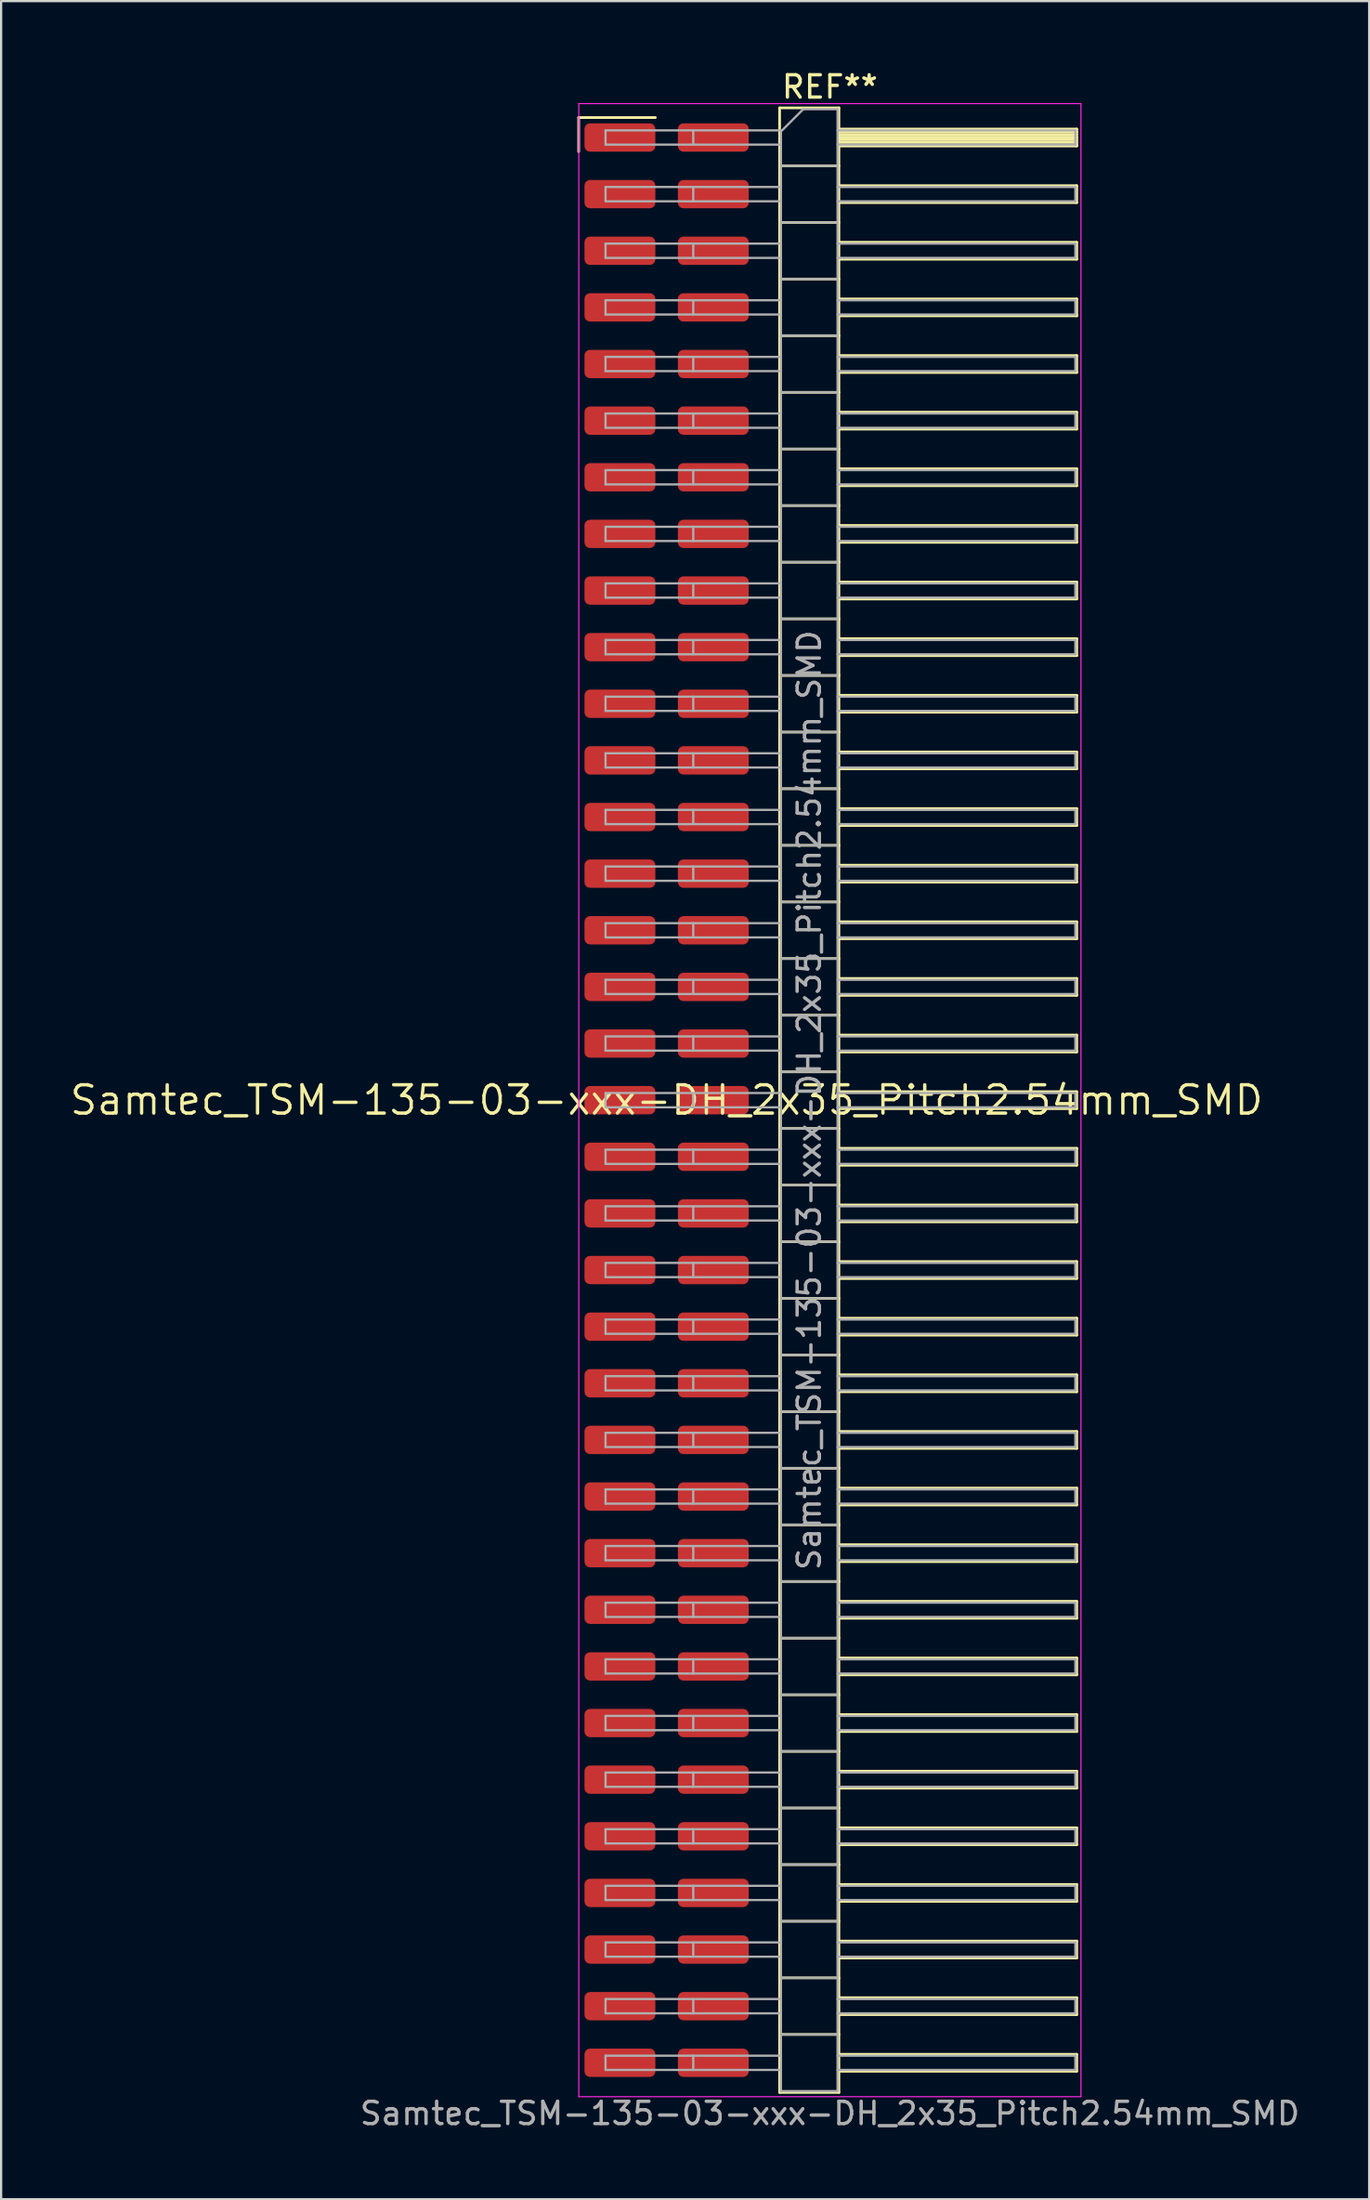
<source format=kicad_pcb>
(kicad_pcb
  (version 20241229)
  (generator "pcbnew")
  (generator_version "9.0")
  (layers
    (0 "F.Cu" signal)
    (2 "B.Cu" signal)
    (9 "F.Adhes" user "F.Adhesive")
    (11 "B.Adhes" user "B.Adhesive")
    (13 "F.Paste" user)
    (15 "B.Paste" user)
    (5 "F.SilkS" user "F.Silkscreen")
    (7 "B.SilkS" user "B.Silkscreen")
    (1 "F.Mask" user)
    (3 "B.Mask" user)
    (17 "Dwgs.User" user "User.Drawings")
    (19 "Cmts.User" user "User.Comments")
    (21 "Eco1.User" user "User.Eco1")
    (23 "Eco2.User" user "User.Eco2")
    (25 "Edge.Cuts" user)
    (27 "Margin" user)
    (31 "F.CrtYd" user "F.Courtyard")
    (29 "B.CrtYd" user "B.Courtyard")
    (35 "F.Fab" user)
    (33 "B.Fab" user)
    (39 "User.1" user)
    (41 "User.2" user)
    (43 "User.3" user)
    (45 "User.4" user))
  (footprint "Samtec_TSM-135-03-xxx-DH_2x35_Pitch2.54mm_SMD"
    (layer "F.Cu")
    (at 26.859 46.298)
    (property "Reference" "Samtec_TSM-135-03-xxx-DH_2x35_Pitch2.54mm_SMD" (at 0 0 0) (layer "F.SilkS") (effects (font (size 1.27 1.27) (thickness 0.15))))
    (attr smd)
    (fp_line (start -3.945 -44.075) (end -0.505 -44.075) (stroke (width 0.12) (type solid)) (layer "F.SilkS"))
    (fp_line (start -3.945 -42.545) (end -3.945 -44.075) (stroke (width 0.12) (type solid)) (layer "F.SilkS"))
    (fp_line (start 5.07 -44.51) (end 7.73 -44.51) (stroke (width 0.12) (type solid)) (layer "F.SilkS"))
    (fp_line (start 5.07 -41.91) (end 7.73 -41.91) (stroke (width 0.12) (type solid)) (layer "F.SilkS"))
    (fp_line (start 5.07 -39.37) (end 7.73 -39.37) (stroke (width 0.12) (type solid)) (layer "F.SilkS"))
    (fp_line (start 5.07 -36.83) (end 7.73 -36.83) (stroke (width 0.12) (type solid)) (layer "F.SilkS"))
    (fp_line (start 5.07 -34.29) (end 7.73 -34.29) (stroke (width 0.12) (type solid)) (layer "F.SilkS"))
    (fp_line (start 5.07 -31.75) (end 7.73 -31.75) (stroke (width 0.12) (type solid)) (layer "F.SilkS"))
    (fp_line (start 5.07 -29.21) (end 7.73 -29.21) (stroke (width 0.12) (type solid)) (layer "F.SilkS"))
    (fp_line (start 5.07 -26.67) (end 7.73 -26.67) (stroke (width 0.12) (type solid)) (layer "F.SilkS"))
    (fp_line (start 5.07 -24.13) (end 7.73 -24.13) (stroke (width 0.12) (type solid)) (layer "F.SilkS"))
    (fp_line (start 5.07 -21.59) (end 7.73 -21.59) (stroke (width 0.12) (type solid)) (layer "F.SilkS"))
    (fp_line (start 5.07 -19.05) (end 7.73 -19.05) (stroke (width 0.12) (type solid)) (layer "F.SilkS"))
    (fp_line (start 5.07 -16.51) (end 7.73 -16.51) (stroke (width 0.12) (type solid)) (layer "F.SilkS"))
    (fp_line (start 5.07 -13.97) (end 7.73 -13.97) (stroke (width 0.12) (type solid)) (layer "F.SilkS"))
    (fp_line (start 5.07 -11.43) (end 7.73 -11.43) (stroke (width 0.12) (type solid)) (layer "F.SilkS"))
    (fp_line (start 5.07 -8.89) (end 7.73 -8.89) (stroke (width 0.12) (type solid)) (layer "F.SilkS"))
    (fp_line (start 5.07 -6.35) (end 7.73 -6.35) (stroke (width 0.12) (type solid)) (layer "F.SilkS"))
    (fp_line (start 5.07 -3.81) (end 7.73 -3.81) (stroke (width 0.12) (type solid)) (layer "F.SilkS"))
    (fp_line (start 5.07 -1.27) (end 7.73 -1.27) (stroke (width 0.12) (type solid)) (layer "F.SilkS"))
    (fp_line (start 5.07 1.27) (end 7.73 1.27) (stroke (width 0.12) (type solid)) (layer "F.SilkS"))
    (fp_line (start 5.07 3.81) (end 7.73 3.81) (stroke (width 0.12) (type solid)) (layer "F.SilkS"))
    (fp_line (start 5.07 6.35) (end 7.73 6.35) (stroke (width 0.12) (type solid)) (layer "F.SilkS"))
    (fp_line (start 5.07 8.89) (end 7.73 8.89) (stroke (width 0.12) (type solid)) (layer "F.SilkS"))
    (fp_line (start 5.07 11.43) (end 7.73 11.43) (stroke (width 0.12) (type solid)) (layer "F.SilkS"))
    (fp_line (start 5.07 13.97) (end 7.73 13.97) (stroke (width 0.12) (type solid)) (layer "F.SilkS"))
    (fp_line (start 5.07 16.51) (end 7.73 16.51) (stroke (width 0.12) (type solid)) (layer "F.SilkS"))
    (fp_line (start 5.07 19.05) (end 7.73 19.05) (stroke (width 0.12) (type solid)) (layer "F.SilkS"))
    (fp_line (start 5.07 21.59) (end 7.73 21.59) (stroke (width 0.12) (type solid)) (layer "F.SilkS"))
    (fp_line (start 5.07 24.13) (end 7.73 24.13) (stroke (width 0.12) (type solid)) (layer "F.SilkS"))
    (fp_line (start 5.07 26.67) (end 7.73 26.67) (stroke (width 0.12) (type solid)) (layer "F.SilkS"))
    (fp_line (start 5.07 29.21) (end 7.73 29.21) (stroke (width 0.12) (type solid)) (layer "F.SilkS"))
    (fp_line (start 5.07 31.75) (end 7.73 31.75) (stroke (width 0.12) (type solid)) (layer "F.SilkS"))
    (fp_line (start 5.07 34.29) (end 7.73 34.29) (stroke (width 0.12) (type solid)) (layer "F.SilkS"))
    (fp_line (start 5.07 36.83) (end 7.73 36.83) (stroke (width 0.12) (type solid)) (layer "F.SilkS"))
    (fp_line (start 5.07 39.37) (end 7.73 39.37) (stroke (width 0.12) (type solid)) (layer "F.SilkS"))
    (fp_line (start 5.07 41.91) (end 7.73 41.91) (stroke (width 0.12) (type solid)) (layer "F.SilkS"))
    (fp_line (start 5.07 44.51) (end 5.07 -44.51) (stroke (width 0.12) (type solid)) (layer "F.SilkS"))
    (fp_line (start 7.73 -44.51) (end 7.73 44.51) (stroke (width 0.12) (type solid)) (layer "F.SilkS"))
    (fp_line (start 7.73 -43.56) (end 18.4 -43.56) (stroke (width 0.12) (type solid)) (layer "F.SilkS"))
    (fp_line (start 7.73 -43.44) (end 18.4 -43.44) (stroke (width 0.12) (type solid)) (layer "F.SilkS"))
    (fp_line (start 7.73 -43.32) (end 18.4 -43.32) (stroke (width 0.12) (type solid)) (layer "F.SilkS"))
    (fp_line (start 7.73 -43.2) (end 18.4 -43.2) (stroke (width 0.12) (type solid)) (layer "F.SilkS"))
    (fp_line (start 7.73 -43.08) (end 18.4 -43.08) (stroke (width 0.12) (type solid)) (layer "F.SilkS"))
    (fp_line (start 7.73 -42.96) (end 18.4 -42.96) (stroke (width 0.12) (type solid)) (layer "F.SilkS"))
    (fp_line (start 7.73 -42.84) (end 18.4 -42.84) (stroke (width 0.12) (type solid)) (layer "F.SilkS"))
    (fp_line (start 7.73 -42.8) (end 18.4 -42.8) (stroke (width 0.12) (type solid)) (layer "F.SilkS"))
    (fp_line (start 7.73 -41.02) (end 18.4 -41.02) (stroke (width 0.12) (type solid)) (layer "F.SilkS"))
    (fp_line (start 7.73 -40.26) (end 18.4 -40.26) (stroke (width 0.12) (type solid)) (layer "F.SilkS"))
    (fp_line (start 7.73 -38.48) (end 18.4 -38.48) (stroke (width 0.12) (type solid)) (layer "F.SilkS"))
    (fp_line (start 7.73 -37.72) (end 18.4 -37.72) (stroke (width 0.12) (type solid)) (layer "F.SilkS"))
    (fp_line (start 7.73 -35.94) (end 18.4 -35.94) (stroke (width 0.12) (type solid)) (layer "F.SilkS"))
    (fp_line (start 7.73 -35.18) (end 18.4 -35.18) (stroke (width 0.12) (type solid)) (layer "F.SilkS"))
    (fp_line (start 7.73 -33.4) (end 18.4 -33.4) (stroke (width 0.12) (type solid)) (layer "F.SilkS"))
    (fp_line (start 7.73 -32.64) (end 18.4 -32.64) (stroke (width 0.12) (type solid)) (layer "F.SilkS"))
    (fp_line (start 7.73 -30.86) (end 18.4 -30.86) (stroke (width 0.12) (type solid)) (layer "F.SilkS"))
    (fp_line (start 7.73 -30.1) (end 18.4 -30.1) (stroke (width 0.12) (type solid)) (layer "F.SilkS"))
    (fp_line (start 7.73 -28.32) (end 18.4 -28.32) (stroke (width 0.12) (type solid)) (layer "F.SilkS"))
    (fp_line (start 7.73 -27.56) (end 18.4 -27.56) (stroke (width 0.12) (type solid)) (layer "F.SilkS"))
    (fp_line (start 7.73 -25.78) (end 18.4 -25.78) (stroke (width 0.12) (type solid)) (layer "F.SilkS"))
    (fp_line (start 7.73 -25.02) (end 18.4 -25.02) (stroke (width 0.12) (type solid)) (layer "F.SilkS"))
    (fp_line (start 7.73 -23.24) (end 18.4 -23.24) (stroke (width 0.12) (type solid)) (layer "F.SilkS"))
    (fp_line (start 7.73 -22.48) (end 18.4 -22.48) (stroke (width 0.12) (type solid)) (layer "F.SilkS"))
    (fp_line (start 7.73 -20.7) (end 18.4 -20.7) (stroke (width 0.12) (type solid)) (layer "F.SilkS"))
    (fp_line (start 7.73 -19.94) (end 18.4 -19.94) (stroke (width 0.12) (type solid)) (layer "F.SilkS"))
    (fp_line (start 7.73 -18.16) (end 18.4 -18.16) (stroke (width 0.12) (type solid)) (layer "F.SilkS"))
    (fp_line (start 7.73 -17.4) (end 18.4 -17.4) (stroke (width 0.12) (type solid)) (layer "F.SilkS"))
    (fp_line (start 7.73 -15.62) (end 18.4 -15.62) (stroke (width 0.12) (type solid)) (layer "F.SilkS"))
    (fp_line (start 7.73 -14.86) (end 18.4 -14.86) (stroke (width 0.12) (type solid)) (layer "F.SilkS"))
    (fp_line (start 7.73 -13.08) (end 18.4 -13.08) (stroke (width 0.12) (type solid)) (layer "F.SilkS"))
    (fp_line (start 7.73 -12.32) (end 18.4 -12.32) (stroke (width 0.12) (type solid)) (layer "F.SilkS"))
    (fp_line (start 7.73 -10.54) (end 18.4 -10.54) (stroke (width 0.12) (type solid)) (layer "F.SilkS"))
    (fp_line (start 7.73 -9.78) (end 18.4 -9.78) (stroke (width 0.12) (type solid)) (layer "F.SilkS"))
    (fp_line (start 7.73 -8) (end 18.4 -8) (stroke (width 0.12) (type solid)) (layer "F.SilkS"))
    (fp_line (start 7.73 -7.24) (end 18.4 -7.24) (stroke (width 0.12) (type solid)) (layer "F.SilkS"))
    (fp_line (start 7.73 -5.46) (end 18.4 -5.46) (stroke (width 0.12) (type solid)) (layer "F.SilkS"))
    (fp_line (start 7.73 -4.7) (end 18.4 -4.7) (stroke (width 0.12) (type solid)) (layer "F.SilkS"))
    (fp_line (start 7.73 -2.92) (end 18.4 -2.92) (stroke (width 0.12) (type solid)) (layer "F.SilkS"))
    (fp_line (start 7.73 -2.16) (end 18.4 -2.16) (stroke (width 0.12) (type solid)) (layer "F.SilkS"))
    (fp_line (start 7.73 -0.38) (end 18.4 -0.38) (stroke (width 0.12) (type solid)) (layer "F.SilkS"))
    (fp_line (start 7.73 0.38) (end 18.4 0.38) (stroke (width 0.12) (type solid)) (layer "F.SilkS"))
    (fp_line (start 7.73 2.16) (end 18.4 2.16) (stroke (width 0.12) (type solid)) (layer "F.SilkS"))
    (fp_line (start 7.73 2.92) (end 18.4 2.92) (stroke (width 0.12) (type solid)) (layer "F.SilkS"))
    (fp_line (start 7.73 4.7) (end 18.4 4.7) (stroke (width 0.12) (type solid)) (layer "F.SilkS"))
    (fp_line (start 7.73 5.46) (end 18.4 5.46) (stroke (width 0.12) (type solid)) (layer "F.SilkS"))
    (fp_line (start 7.73 7.24) (end 18.4 7.24) (stroke (width 0.12) (type solid)) (layer "F.SilkS"))
    (fp_line (start 7.73 8) (end 18.4 8) (stroke (width 0.12) (type solid)) (layer "F.SilkS"))
    (fp_line (start 7.73 9.78) (end 18.4 9.78) (stroke (width 0.12) (type solid)) (layer "F.SilkS"))
    (fp_line (start 7.73 10.54) (end 18.4 10.54) (stroke (width 0.12) (type solid)) (layer "F.SilkS"))
    (fp_line (start 7.73 12.32) (end 18.4 12.32) (stroke (width 0.12) (type solid)) (layer "F.SilkS"))
    (fp_line (start 7.73 13.08) (end 18.4 13.08) (stroke (width 0.12) (type solid)) (layer "F.SilkS"))
    (fp_line (start 7.73 14.86) (end 18.4 14.86) (stroke (width 0.12) (type solid)) (layer "F.SilkS"))
    (fp_line (start 7.73 15.62) (end 18.4 15.62) (stroke (width 0.12) (type solid)) (layer "F.SilkS"))
    (fp_line (start 7.73 17.4) (end 18.4 17.4) (stroke (width 0.12) (type solid)) (layer "F.SilkS"))
    (fp_line (start 7.73 18.16) (end 18.4 18.16) (stroke (width 0.12) (type solid)) (layer "F.SilkS"))
    (fp_line (start 7.73 19.94) (end 18.4 19.94) (stroke (width 0.12) (type solid)) (layer "F.SilkS"))
    (fp_line (start 7.73 20.7) (end 18.4 20.7) (stroke (width 0.12) (type solid)) (layer "F.SilkS"))
    (fp_line (start 7.73 22.48) (end 18.4 22.48) (stroke (width 0.12) (type solid)) (layer "F.SilkS"))
    (fp_line (start 7.73 23.24) (end 18.4 23.24) (stroke (width 0.12) (type solid)) (layer "F.SilkS"))
    (fp_line (start 7.73 25.02) (end 18.4 25.02) (stroke (width 0.12) (type solid)) (layer "F.SilkS"))
    (fp_line (start 7.73 25.78) (end 18.4 25.78) (stroke (width 0.12) (type solid)) (layer "F.SilkS"))
    (fp_line (start 7.73 27.56) (end 18.4 27.56) (stroke (width 0.12) (type solid)) (layer "F.SilkS"))
    (fp_line (start 7.73 28.32) (end 18.4 28.32) (stroke (width 0.12) (type solid)) (layer "F.SilkS"))
    (fp_line (start 7.73 30.1) (end 18.4 30.1) (stroke (width 0.12) (type solid)) (layer "F.SilkS"))
    (fp_line (start 7.73 30.86) (end 18.4 30.86) (stroke (width 0.12) (type solid)) (layer "F.SilkS"))
    (fp_line (start 7.73 32.64) (end 18.4 32.64) (stroke (width 0.12) (type solid)) (layer "F.SilkS"))
    (fp_line (start 7.73 33.4) (end 18.4 33.4) (stroke (width 0.12) (type solid)) (layer "F.SilkS"))
    (fp_line (start 7.73 35.18) (end 18.4 35.18) (stroke (width 0.12) (type solid)) (layer "F.SilkS"))
    (fp_line (start 7.73 35.94) (end 18.4 35.94) (stroke (width 0.12) (type solid)) (layer "F.SilkS"))
    (fp_line (start 7.73 37.72) (end 18.4 37.72) (stroke (width 0.12) (type solid)) (layer "F.SilkS"))
    (fp_line (start 7.73 38.48) (end 18.4 38.48) (stroke (width 0.12) (type solid)) (layer "F.SilkS"))
    (fp_line (start 7.73 40.26) (end 18.4 40.26) (stroke (width 0.12) (type solid)) (layer "F.SilkS"))
    (fp_line (start 7.73 41.02) (end 18.4 41.02) (stroke (width 0.12) (type solid)) (layer "F.SilkS"))
    (fp_line (start 7.73 42.8) (end 18.4 42.8) (stroke (width 0.12) (type solid)) (layer "F.SilkS"))
    (fp_line (start 7.73 43.56) (end 18.4 43.56) (stroke (width 0.12) (type solid)) (layer "F.SilkS"))
    (fp_line (start 7.73 44.51) (end 5.07 44.51) (stroke (width 0.12) (type solid)) (layer "F.SilkS"))
    (fp_line (start 18.4 -43.56) (end 18.4 -42.8) (stroke (width 0.12) (type solid)) (layer "F.SilkS"))
    (fp_line (start 18.4 -41.02) (end 18.4 -40.26) (stroke (width 0.12) (type solid)) (layer "F.SilkS"))
    (fp_line (start 18.4 -38.48) (end 18.4 -37.72) (stroke (width 0.12) (type solid)) (layer "F.SilkS"))
    (fp_line (start 18.4 -35.94) (end 18.4 -35.18) (stroke (width 0.12) (type solid)) (layer "F.SilkS"))
    (fp_line (start 18.4 -33.4) (end 18.4 -32.64) (stroke (width 0.12) (type solid)) (layer "F.SilkS"))
    (fp_line (start 18.4 -30.86) (end 18.4 -30.1) (stroke (width 0.12) (type solid)) (layer "F.SilkS"))
    (fp_line (start 18.4 -28.32) (end 18.4 -27.56) (stroke (width 0.12) (type solid)) (layer "F.SilkS"))
    (fp_line (start 18.4 -25.78) (end 18.4 -25.02) (stroke (width 0.12) (type solid)) (layer "F.SilkS"))
    (fp_line (start 18.4 -23.24) (end 18.4 -22.48) (stroke (width 0.12) (type solid)) (layer "F.SilkS"))
    (fp_line (start 18.4 -20.7) (end 18.4 -19.94) (stroke (width 0.12) (type solid)) (layer "F.SilkS"))
    (fp_line (start 18.4 -18.16) (end 18.4 -17.4) (stroke (width 0.12) (type solid)) (layer "F.SilkS"))
    (fp_line (start 18.4 -15.62) (end 18.4 -14.86) (stroke (width 0.12) (type solid)) (layer "F.SilkS"))
    (fp_line (start 18.4 -13.08) (end 18.4 -12.32) (stroke (width 0.12) (type solid)) (layer "F.SilkS"))
    (fp_line (start 18.4 -10.54) (end 18.4 -9.78) (stroke (width 0.12) (type solid)) (layer "F.SilkS"))
    (fp_line (start 18.4 -8) (end 18.4 -7.24) (stroke (width 0.12) (type solid)) (layer "F.SilkS"))
    (fp_line (start 18.4 -5.46) (end 18.4 -4.7) (stroke (width 0.12) (type solid)) (layer "F.SilkS"))
    (fp_line (start 18.4 -2.92) (end 18.4 -2.16) (stroke (width 0.12) (type solid)) (layer "F.SilkS"))
    (fp_line (start 18.4 -0.38) (end 18.4 0.38) (stroke (width 0.12) (type solid)) (layer "F.SilkS"))
    (fp_line (start 18.4 2.16) (end 18.4 2.92) (stroke (width 0.12) (type solid)) (layer "F.SilkS"))
    (fp_line (start 18.4 4.7) (end 18.4 5.46) (stroke (width 0.12) (type solid)) (layer "F.SilkS"))
    (fp_line (start 18.4 7.24) (end 18.4 8) (stroke (width 0.12) (type solid)) (layer "F.SilkS"))
    (fp_line (start 18.4 9.78) (end 18.4 10.54) (stroke (width 0.12) (type solid)) (layer "F.SilkS"))
    (fp_line (start 18.4 12.32) (end 18.4 13.08) (stroke (width 0.12) (type solid)) (layer "F.SilkS"))
    (fp_line (start 18.4 14.86) (end 18.4 15.62) (stroke (width 0.12) (type solid)) (layer "F.SilkS"))
    (fp_line (start 18.4 17.4) (end 18.4 18.16) (stroke (width 0.12) (type solid)) (layer "F.SilkS"))
    (fp_line (start 18.4 19.94) (end 18.4 20.7) (stroke (width 0.12) (type solid)) (layer "F.SilkS"))
    (fp_line (start 18.4 22.48) (end 18.4 23.24) (stroke (width 0.12) (type solid)) (layer "F.SilkS"))
    (fp_line (start 18.4 25.02) (end 18.4 25.78) (stroke (width 0.12) (type solid)) (layer "F.SilkS"))
    (fp_line (start 18.4 27.56) (end 18.4 28.32) (stroke (width 0.12) (type solid)) (layer "F.SilkS"))
    (fp_line (start 18.4 30.1) (end 18.4 30.86) (stroke (width 0.12) (type solid)) (layer "F.SilkS"))
    (fp_line (start 18.4 32.64) (end 18.4 33.4) (stroke (width 0.12) (type solid)) (layer "F.SilkS"))
    (fp_line (start 18.4 35.18) (end 18.4 35.94) (stroke (width 0.12) (type solid)) (layer "F.SilkS"))
    (fp_line (start 18.4 37.72) (end 18.4 38.48) (stroke (width 0.12) (type solid)) (layer "F.SilkS"))
    (fp_line (start 18.4 40.26) (end 18.4 41.02) (stroke (width 0.12) (type solid)) (layer "F.SilkS"))
    (fp_line (start 18.4 42.8) (end 18.4 43.56) (stroke (width 0.12) (type solid)) (layer "F.SilkS"))
    (fp_line (start -3.94 -44.7) (end 18.59 -44.7) (stroke (width 0.05) (type solid)) (layer "F.CrtYd"))
    (fp_line (start -3.94 44.7) (end -3.94 -44.7) (stroke (width 0.05) (type solid)) (layer "F.CrtYd"))
    (fp_line (start 18.59 -44.7) (end 18.59 44.7) (stroke (width 0.05) (type solid)) (layer "F.CrtYd"))
    (fp_line (start 18.59 44.7) (end -3.94 44.7) (stroke (width 0.05) (type solid)) (layer "F.CrtYd"))
    (fp_line (start -2.74 -43.5) (end -2.74 -42.86) (stroke (width 0.1) (type solid)) (layer "F.Fab"))
    (fp_line (start -2.74 -43.5) (end 5.13 -43.5) (stroke (width 0.1) (type solid)) (layer "F.Fab"))
    (fp_line (start -2.74 -42.86) (end 5.13 -42.86) (stroke (width 0.1) (type solid)) (layer "F.Fab"))
    (fp_line (start -2.74 -40.96) (end -2.74 -40.32) (stroke (width 0.1) (type solid)) (layer "F.Fab"))
    (fp_line (start -2.74 -40.96) (end 5.13 -40.96) (stroke (width 0.1) (type solid)) (layer "F.Fab"))
    (fp_line (start -2.74 -40.32) (end 5.13 -40.32) (stroke (width 0.1) (type solid)) (layer "F.Fab"))
    (fp_line (start -2.74 -38.42) (end -2.74 -37.78) (stroke (width 0.1) (type solid)) (layer "F.Fab"))
    (fp_line (start -2.74 -38.42) (end 5.13 -38.42) (stroke (width 0.1) (type solid)) (layer "F.Fab"))
    (fp_line (start -2.74 -37.78) (end 5.13 -37.78) (stroke (width 0.1) (type solid)) (layer "F.Fab"))
    (fp_line (start -2.74 -35.88) (end -2.74 -35.24) (stroke (width 0.1) (type solid)) (layer "F.Fab"))
    (fp_line (start -2.74 -35.88) (end 5.13 -35.88) (stroke (width 0.1) (type solid)) (layer "F.Fab"))
    (fp_line (start -2.74 -35.24) (end 5.13 -35.24) (stroke (width 0.1) (type solid)) (layer "F.Fab"))
    (fp_line (start -2.74 -33.34) (end -2.74 -32.7) (stroke (width 0.1) (type solid)) (layer "F.Fab"))
    (fp_line (start -2.74 -33.34) (end 5.13 -33.34) (stroke (width 0.1) (type solid)) (layer "F.Fab"))
    (fp_line (start -2.74 -32.7) (end 5.13 -32.7) (stroke (width 0.1) (type solid)) (layer "F.Fab"))
    (fp_line (start -2.74 -30.8) (end -2.74 -30.16) (stroke (width 0.1) (type solid)) (layer "F.Fab"))
    (fp_line (start -2.74 -30.8) (end 5.13 -30.8) (stroke (width 0.1) (type solid)) (layer "F.Fab"))
    (fp_line (start -2.74 -30.16) (end 5.13 -30.16) (stroke (width 0.1) (type solid)) (layer "F.Fab"))
    (fp_line (start -2.74 -28.26) (end -2.74 -27.62) (stroke (width 0.1) (type solid)) (layer "F.Fab"))
    (fp_line (start -2.74 -28.26) (end 5.13 -28.26) (stroke (width 0.1) (type solid)) (layer "F.Fab"))
    (fp_line (start -2.74 -27.62) (end 5.13 -27.62) (stroke (width 0.1) (type solid)) (layer "F.Fab"))
    (fp_line (start -2.74 -25.72) (end -2.74 -25.08) (stroke (width 0.1) (type solid)) (layer "F.Fab"))
    (fp_line (start -2.74 -25.72) (end 5.13 -25.72) (stroke (width 0.1) (type solid)) (layer "F.Fab"))
    (fp_line (start -2.74 -25.08) (end 5.13 -25.08) (stroke (width 0.1) (type solid)) (layer "F.Fab"))
    (fp_line (start -2.74 -23.18) (end -2.74 -22.54) (stroke (width 0.1) (type solid)) (layer "F.Fab"))
    (fp_line (start -2.74 -23.18) (end 5.13 -23.18) (stroke (width 0.1) (type solid)) (layer "F.Fab"))
    (fp_line (start -2.74 -22.54) (end 5.13 -22.54) (stroke (width 0.1) (type solid)) (layer "F.Fab"))
    (fp_line (start -2.74 -20.64) (end -2.74 -20) (stroke (width 0.1) (type solid)) (layer "F.Fab"))
    (fp_line (start -2.74 -20.64) (end 5.13 -20.64) (stroke (width 0.1) (type solid)) (layer "F.Fab"))
    (fp_line (start -2.74 -20) (end 5.13 -20) (stroke (width 0.1) (type solid)) (layer "F.Fab"))
    (fp_line (start -2.74 -18.1) (end -2.74 -17.46) (stroke (width 0.1) (type solid)) (layer "F.Fab"))
    (fp_line (start -2.74 -18.1) (end 5.13 -18.1) (stroke (width 0.1) (type solid)) (layer "F.Fab"))
    (fp_line (start -2.74 -17.46) (end 5.13 -17.46) (stroke (width 0.1) (type solid)) (layer "F.Fab"))
    (fp_line (start -2.74 -15.56) (end -2.74 -14.92) (stroke (width 0.1) (type solid)) (layer "F.Fab"))
    (fp_line (start -2.74 -15.56) (end 5.13 -15.56) (stroke (width 0.1) (type solid)) (layer "F.Fab"))
    (fp_line (start -2.74 -14.92) (end 5.13 -14.92) (stroke (width 0.1) (type solid)) (layer "F.Fab"))
    (fp_line (start -2.74 -13.02) (end -2.74 -12.38) (stroke (width 0.1) (type solid)) (layer "F.Fab"))
    (fp_line (start -2.74 -13.02) (end 5.13 -13.02) (stroke (width 0.1) (type solid)) (layer "F.Fab"))
    (fp_line (start -2.74 -12.38) (end 5.13 -12.38) (stroke (width 0.1) (type solid)) (layer "F.Fab"))
    (fp_line (start -2.74 -10.48) (end -2.74 -9.84) (stroke (width 0.1) (type solid)) (layer "F.Fab"))
    (fp_line (start -2.74 -10.48) (end 5.13 -10.48) (stroke (width 0.1) (type solid)) (layer "F.Fab"))
    (fp_line (start -2.74 -9.84) (end 5.13 -9.84) (stroke (width 0.1) (type solid)) (layer "F.Fab"))
    (fp_line (start -2.74 -7.94) (end -2.74 -7.3) (stroke (width 0.1) (type solid)) (layer "F.Fab"))
    (fp_line (start -2.74 -7.94) (end 5.13 -7.94) (stroke (width 0.1) (type solid)) (layer "F.Fab"))
    (fp_line (start -2.74 -7.3) (end 5.13 -7.3) (stroke (width 0.1) (type solid)) (layer "F.Fab"))
    (fp_line (start -2.74 -5.4) (end -2.74 -4.76) (stroke (width 0.1) (type solid)) (layer "F.Fab"))
    (fp_line (start -2.74 -5.4) (end 5.13 -5.4) (stroke (width 0.1) (type solid)) (layer "F.Fab"))
    (fp_line (start -2.74 -4.76) (end 5.13 -4.76) (stroke (width 0.1) (type solid)) (layer "F.Fab"))
    (fp_line (start -2.74 -2.86) (end -2.74 -2.22) (stroke (width 0.1) (type solid)) (layer "F.Fab"))
    (fp_line (start -2.74 -2.86) (end 5.13 -2.86) (stroke (width 0.1) (type solid)) (layer "F.Fab"))
    (fp_line (start -2.74 -2.22) (end 5.13 -2.22) (stroke (width 0.1) (type solid)) (layer "F.Fab"))
    (fp_line (start -2.74 -0.32) (end -2.74 0.32) (stroke (width 0.1) (type solid)) (layer "F.Fab"))
    (fp_line (start -2.74 -0.32) (end 5.13 -0.32) (stroke (width 0.1) (type solid)) (layer "F.Fab"))
    (fp_line (start -2.74 0.32) (end 5.13 0.32) (stroke (width 0.1) (type solid)) (layer "F.Fab"))
    (fp_line (start -2.74 2.22) (end -2.74 2.86) (stroke (width 0.1) (type solid)) (layer "F.Fab"))
    (fp_line (start -2.74 2.22) (end 5.13 2.22) (stroke (width 0.1) (type solid)) (layer "F.Fab"))
    (fp_line (start -2.74 2.86) (end 5.13 2.86) (stroke (width 0.1) (type solid)) (layer "F.Fab"))
    (fp_line (start -2.74 4.76) (end -2.74 5.4) (stroke (width 0.1) (type solid)) (layer "F.Fab"))
    (fp_line (start -2.74 4.76) (end 5.13 4.76) (stroke (width 0.1) (type solid)) (layer "F.Fab"))
    (fp_line (start -2.74 5.4) (end 5.13 5.4) (stroke (width 0.1) (type solid)) (layer "F.Fab"))
    (fp_line (start -2.74 7.3) (end -2.74 7.94) (stroke (width 0.1) (type solid)) (layer "F.Fab"))
    (fp_line (start -2.74 7.3) (end 5.13 7.3) (stroke (width 0.1) (type solid)) (layer "F.Fab"))
    (fp_line (start -2.74 7.94) (end 5.13 7.94) (stroke (width 0.1) (type solid)) (layer "F.Fab"))
    (fp_line (start -2.74 9.84) (end -2.74 10.48) (stroke (width 0.1) (type solid)) (layer "F.Fab"))
    (fp_line (start -2.74 9.84) (end 5.13 9.84) (stroke (width 0.1) (type solid)) (layer "F.Fab"))
    (fp_line (start -2.74 10.48) (end 5.13 10.48) (stroke (width 0.1) (type solid)) (layer "F.Fab"))
    (fp_line (start -2.74 12.38) (end -2.74 13.02) (stroke (width 0.1) (type solid)) (layer "F.Fab"))
    (fp_line (start -2.74 12.38) (end 5.13 12.38) (stroke (width 0.1) (type solid)) (layer "F.Fab"))
    (fp_line (start -2.74 13.02) (end 5.13 13.02) (stroke (width 0.1) (type solid)) (layer "F.Fab"))
    (fp_line (start -2.74 14.92) (end -2.74 15.56) (stroke (width 0.1) (type solid)) (layer "F.Fab"))
    (fp_line (start -2.74 14.92) (end 5.13 14.92) (stroke (width 0.1) (type solid)) (layer "F.Fab"))
    (fp_line (start -2.74 15.56) (end 5.13 15.56) (stroke (width 0.1) (type solid)) (layer "F.Fab"))
    (fp_line (start -2.74 17.46) (end -2.74 18.1) (stroke (width 0.1) (type solid)) (layer "F.Fab"))
    (fp_line (start -2.74 17.46) (end 5.13 17.46) (stroke (width 0.1) (type solid)) (layer "F.Fab"))
    (fp_line (start -2.74 18.1) (end 5.13 18.1) (stroke (width 0.1) (type solid)) (layer "F.Fab"))
    (fp_line (start -2.74 20) (end -2.74 20.64) (stroke (width 0.1) (type solid)) (layer "F.Fab"))
    (fp_line (start -2.74 20) (end 5.13 20) (stroke (width 0.1) (type solid)) (layer "F.Fab"))
    (fp_line (start -2.74 20.64) (end 5.13 20.64) (stroke (width 0.1) (type solid)) (layer "F.Fab"))
    (fp_line (start -2.74 22.54) (end -2.74 23.18) (stroke (width 0.1) (type solid)) (layer "F.Fab"))
    (fp_line (start -2.74 22.54) (end 5.13 22.54) (stroke (width 0.1) (type solid)) (layer "F.Fab"))
    (fp_line (start -2.74 23.18) (end 5.13 23.18) (stroke (width 0.1) (type solid)) (layer "F.Fab"))
    (fp_line (start -2.74 25.08) (end -2.74 25.72) (stroke (width 0.1) (type solid)) (layer "F.Fab"))
    (fp_line (start -2.74 25.08) (end 5.13 25.08) (stroke (width 0.1) (type solid)) (layer "F.Fab"))
    (fp_line (start -2.74 25.72) (end 5.13 25.72) (stroke (width 0.1) (type solid)) (layer "F.Fab"))
    (fp_line (start -2.74 27.62) (end -2.74 28.26) (stroke (width 0.1) (type solid)) (layer "F.Fab"))
    (fp_line (start -2.74 27.62) (end 5.13 27.62) (stroke (width 0.1) (type solid)) (layer "F.Fab"))
    (fp_line (start -2.74 28.26) (end 5.13 28.26) (stroke (width 0.1) (type solid)) (layer "F.Fab"))
    (fp_line (start -2.74 30.16) (end -2.74 30.8) (stroke (width 0.1) (type solid)) (layer "F.Fab"))
    (fp_line (start -2.74 30.16) (end 5.13 30.16) (stroke (width 0.1) (type solid)) (layer "F.Fab"))
    (fp_line (start -2.74 30.8) (end 5.13 30.8) (stroke (width 0.1) (type solid)) (layer "F.Fab"))
    (fp_line (start -2.74 32.7) (end -2.74 33.34) (stroke (width 0.1) (type solid)) (layer "F.Fab"))
    (fp_line (start -2.74 32.7) (end 5.13 32.7) (stroke (width 0.1) (type solid)) (layer "F.Fab"))
    (fp_line (start -2.74 33.34) (end 5.13 33.34) (stroke (width 0.1) (type solid)) (layer "F.Fab"))
    (fp_line (start -2.74 35.24) (end -2.74 35.88) (stroke (width 0.1) (type solid)) (layer "F.Fab"))
    (fp_line (start -2.74 35.24) (end 5.13 35.24) (stroke (width 0.1) (type solid)) (layer "F.Fab"))
    (fp_line (start -2.74 35.88) (end 5.13 35.88) (stroke (width 0.1) (type solid)) (layer "F.Fab"))
    (fp_line (start -2.74 37.78) (end -2.74 38.42) (stroke (width 0.1) (type solid)) (layer "F.Fab"))
    (fp_line (start -2.74 37.78) (end 5.13 37.78) (stroke (width 0.1) (type solid)) (layer "F.Fab"))
    (fp_line (start -2.74 38.42) (end 5.13 38.42) (stroke (width 0.1) (type solid)) (layer "F.Fab"))
    (fp_line (start -2.74 40.32) (end -2.74 40.96) (stroke (width 0.1) (type solid)) (layer "F.Fab"))
    (fp_line (start -2.74 40.32) (end 5.13 40.32) (stroke (width 0.1) (type solid)) (layer "F.Fab"))
    (fp_line (start -2.74 40.96) (end 5.13 40.96) (stroke (width 0.1) (type solid)) (layer "F.Fab"))
    (fp_line (start -2.74 42.86) (end -2.74 43.5) (stroke (width 0.1) (type solid)) (layer "F.Fab"))
    (fp_line (start -2.74 42.86) (end 5.13 42.86) (stroke (width 0.1) (type solid)) (layer "F.Fab"))
    (fp_line (start -2.74 43.5) (end 5.13 43.5) (stroke (width 0.1) (type solid)) (layer "F.Fab"))
    (fp_line (start 1.195 -43.5) (end 1.195 -42.86) (stroke (width 0.1) (type solid)) (layer "F.Fab"))
    (fp_line (start 1.195 -40.96) (end 1.195 -40.32) (stroke (width 0.1) (type solid)) (layer "F.Fab"))
    (fp_line (start 1.195 -38.42) (end 1.195 -37.78) (stroke (width 0.1) (type solid)) (layer "F.Fab"))
    (fp_line (start 1.195 -35.88) (end 1.195 -35.24) (stroke (width 0.1) (type solid)) (layer "F.Fab"))
    (fp_line (start 1.195 -33.34) (end 1.195 -32.7) (stroke (width 0.1) (type solid)) (layer "F.Fab"))
    (fp_line (start 1.195 -30.8) (end 1.195 -30.16) (stroke (width 0.1) (type solid)) (layer "F.Fab"))
    (fp_line (start 1.195 -28.26) (end 1.195 -27.62) (stroke (width 0.1) (type solid)) (layer "F.Fab"))
    (fp_line (start 1.195 -25.72) (end 1.195 -25.08) (stroke (width 0.1) (type solid)) (layer "F.Fab"))
    (fp_line (start 1.195 -23.18) (end 1.195 -22.54) (stroke (width 0.1) (type solid)) (layer "F.Fab"))
    (fp_line (start 1.195 -20.64) (end 1.195 -20) (stroke (width 0.1) (type solid)) (layer "F.Fab"))
    (fp_line (start 1.195 -18.1) (end 1.195 -17.46) (stroke (width 0.1) (type solid)) (layer "F.Fab"))
    (fp_line (start 1.195 -15.56) (end 1.195 -14.92) (stroke (width 0.1) (type solid)) (layer "F.Fab"))
    (fp_line (start 1.195 -13.02) (end 1.195 -12.38) (stroke (width 0.1) (type solid)) (layer "F.Fab"))
    (fp_line (start 1.195 -10.48) (end 1.195 -9.84) (stroke (width 0.1) (type solid)) (layer "F.Fab"))
    (fp_line (start 1.195 -7.94) (end 1.195 -7.3) (stroke (width 0.1) (type solid)) (layer "F.Fab"))
    (fp_line (start 1.195 -5.4) (end 1.195 -4.76) (stroke (width 0.1) (type solid)) (layer "F.Fab"))
    (fp_line (start 1.195 -2.86) (end 1.195 -2.22) (stroke (width 0.1) (type solid)) (layer "F.Fab"))
    (fp_line (start 1.195 -0.32) (end 1.195 0.32) (stroke (width 0.1) (type solid)) (layer "F.Fab"))
    (fp_line (start 1.195 2.22) (end 1.195 2.86) (stroke (width 0.1) (type solid)) (layer "F.Fab"))
    (fp_line (start 1.195 4.76) (end 1.195 5.4) (stroke (width 0.1) (type solid)) (layer "F.Fab"))
    (fp_line (start 1.195 7.3) (end 1.195 7.94) (stroke (width 0.1) (type solid)) (layer "F.Fab"))
    (fp_line (start 1.195 9.84) (end 1.195 10.48) (stroke (width 0.1) (type solid)) (layer "F.Fab"))
    (fp_line (start 1.195 12.38) (end 1.195 13.02) (stroke (width 0.1) (type solid)) (layer "F.Fab"))
    (fp_line (start 1.195 14.92) (end 1.195 15.56) (stroke (width 0.1) (type solid)) (layer "F.Fab"))
    (fp_line (start 1.195 17.46) (end 1.195 18.1) (stroke (width 0.1) (type solid)) (layer "F.Fab"))
    (fp_line (start 1.195 20) (end 1.195 20.64) (stroke (width 0.1) (type solid)) (layer "F.Fab"))
    (fp_line (start 1.195 22.54) (end 1.195 23.18) (stroke (width 0.1) (type solid)) (layer "F.Fab"))
    (fp_line (start 1.195 25.08) (end 1.195 25.72) (stroke (width 0.1) (type solid)) (layer "F.Fab"))
    (fp_line (start 1.195 27.62) (end 1.195 28.26) (stroke (width 0.1) (type solid)) (layer "F.Fab"))
    (fp_line (start 1.195 30.16) (end 1.195 30.8) (stroke (width 0.1) (type solid)) (layer "F.Fab"))
    (fp_line (start 1.195 32.7) (end 1.195 33.34) (stroke (width 0.1) (type solid)) (layer "F.Fab"))
    (fp_line (start 1.195 35.24) (end 1.195 35.88) (stroke (width 0.1) (type solid)) (layer "F.Fab"))
    (fp_line (start 1.195 37.78) (end 1.195 38.42) (stroke (width 0.1) (type solid)) (layer "F.Fab"))
    (fp_line (start 1.195 40.32) (end 1.195 40.96) (stroke (width 0.1) (type solid)) (layer "F.Fab"))
    (fp_line (start 1.195 42.86) (end 1.195 43.5) (stroke (width 0.1) (type solid)) (layer "F.Fab"))
    (fp_line (start 5.13 -43.45) (end 6.13 -44.45) (stroke (width 0.1) (type solid)) (layer "F.Fab"))
    (fp_line (start 5.13 -41.91) (end 7.67 -41.91) (stroke (width 0.1) (type solid)) (layer "F.Fab"))
    (fp_line (start 5.13 -39.37) (end 7.67 -39.37) (stroke (width 0.1) (type solid)) (layer "F.Fab"))
    (fp_line (start 5.13 -36.83) (end 7.67 -36.83) (stroke (width 0.1) (type solid)) (layer "F.Fab"))
    (fp_line (start 5.13 -34.29) (end 7.67 -34.29) (stroke (width 0.1) (type solid)) (layer "F.Fab"))
    (fp_line (start 5.13 -31.75) (end 7.67 -31.75) (stroke (width 0.1) (type solid)) (layer "F.Fab"))
    (fp_line (start 5.13 -29.21) (end 7.67 -29.21) (stroke (width 0.1) (type solid)) (layer "F.Fab"))
    (fp_line (start 5.13 -26.67) (end 7.67 -26.67) (stroke (width 0.1) (type solid)) (layer "F.Fab"))
    (fp_line (start 5.13 -24.13) (end 7.67 -24.13) (stroke (width 0.1) (type solid)) (layer "F.Fab"))
    (fp_line (start 5.13 -21.59) (end 7.67 -21.59) (stroke (width 0.1) (type solid)) (layer "F.Fab"))
    (fp_line (start 5.13 -19.05) (end 7.67 -19.05) (stroke (width 0.1) (type solid)) (layer "F.Fab"))
    (fp_line (start 5.13 -16.51) (end 7.67 -16.51) (stroke (width 0.1) (type solid)) (layer "F.Fab"))
    (fp_line (start 5.13 -13.97) (end 7.67 -13.97) (stroke (width 0.1) (type solid)) (layer "F.Fab"))
    (fp_line (start 5.13 -11.43) (end 7.67 -11.43) (stroke (width 0.1) (type solid)) (layer "F.Fab"))
    (fp_line (start 5.13 -8.89) (end 7.67 -8.89) (stroke (width 0.1) (type solid)) (layer "F.Fab"))
    (fp_line (start 5.13 -6.35) (end 7.67 -6.35) (stroke (width 0.1) (type solid)) (layer "F.Fab"))
    (fp_line (start 5.13 -3.81) (end 7.67 -3.81) (stroke (width 0.1) (type solid)) (layer "F.Fab"))
    (fp_line (start 5.13 -1.27) (end 7.67 -1.27) (stroke (width 0.1) (type solid)) (layer "F.Fab"))
    (fp_line (start 5.13 1.27) (end 7.67 1.27) (stroke (width 0.1) (type solid)) (layer "F.Fab"))
    (fp_line (start 5.13 3.81) (end 7.67 3.81) (stroke (width 0.1) (type solid)) (layer "F.Fab"))
    (fp_line (start 5.13 6.35) (end 7.67 6.35) (stroke (width 0.1) (type solid)) (layer "F.Fab"))
    (fp_line (start 5.13 8.89) (end 7.67 8.89) (stroke (width 0.1) (type solid)) (layer "F.Fab"))
    (fp_line (start 5.13 11.43) (end 7.67 11.43) (stroke (width 0.1) (type solid)) (layer "F.Fab"))
    (fp_line (start 5.13 13.97) (end 7.67 13.97) (stroke (width 0.1) (type solid)) (layer "F.Fab"))
    (fp_line (start 5.13 16.51) (end 7.67 16.51) (stroke (width 0.1) (type solid)) (layer "F.Fab"))
    (fp_line (start 5.13 19.05) (end 7.67 19.05) (stroke (width 0.1) (type solid)) (layer "F.Fab"))
    (fp_line (start 5.13 21.59) (end 7.67 21.59) (stroke (width 0.1) (type solid)) (layer "F.Fab"))
    (fp_line (start 5.13 24.13) (end 7.67 24.13) (stroke (width 0.1) (type solid)) (layer "F.Fab"))
    (fp_line (start 5.13 26.67) (end 7.67 26.67) (stroke (width 0.1) (type solid)) (layer "F.Fab"))
    (fp_line (start 5.13 29.21) (end 7.67 29.21) (stroke (width 0.1) (type solid)) (layer "F.Fab"))
    (fp_line (start 5.13 31.75) (end 7.67 31.75) (stroke (width 0.1) (type solid)) (layer "F.Fab"))
    (fp_line (start 5.13 34.29) (end 7.67 34.29) (stroke (width 0.1) (type solid)) (layer "F.Fab"))
    (fp_line (start 5.13 36.83) (end 7.67 36.83) (stroke (width 0.1) (type solid)) (layer "F.Fab"))
    (fp_line (start 5.13 39.37) (end 7.67 39.37) (stroke (width 0.1) (type solid)) (layer "F.Fab"))
    (fp_line (start 5.13 41.91) (end 7.67 41.91) (stroke (width 0.1) (type solid)) (layer "F.Fab"))
    (fp_line (start 5.13 44.45) (end 5.13 -43.45) (stroke (width 0.1) (type solid)) (layer "F.Fab"))
    (fp_line (start 6.13 -44.45) (end 7.67 -44.45) (stroke (width 0.1) (type solid)) (layer "F.Fab"))
    (fp_line (start 7.67 -44.45) (end 7.67 44.45) (stroke (width 0.1) (type solid)) (layer "F.Fab"))
    (fp_line (start 7.67 -43.5) (end 18.34 -43.5) (stroke (width 0.1) (type solid)) (layer "F.Fab"))
    (fp_line (start 7.67 -42.86) (end 18.34 -42.86) (stroke (width 0.1) (type solid)) (layer "F.Fab"))
    (fp_line (start 7.67 -40.96) (end 18.34 -40.96) (stroke (width 0.1) (type solid)) (layer "F.Fab"))
    (fp_line (start 7.67 -40.32) (end 18.34 -40.32) (stroke (width 0.1) (type solid)) (layer "F.Fab"))
    (fp_line (start 7.67 -38.42) (end 18.34 -38.42) (stroke (width 0.1) (type solid)) (layer "F.Fab"))
    (fp_line (start 7.67 -37.78) (end 18.34 -37.78) (stroke (width 0.1) (type solid)) (layer "F.Fab"))
    (fp_line (start 7.67 -35.88) (end 18.34 -35.88) (stroke (width 0.1) (type solid)) (layer "F.Fab"))
    (fp_line (start 7.67 -35.24) (end 18.34 -35.24) (stroke (width 0.1) (type solid)) (layer "F.Fab"))
    (fp_line (start 7.67 -33.34) (end 18.34 -33.34) (stroke (width 0.1) (type solid)) (layer "F.Fab"))
    (fp_line (start 7.67 -32.7) (end 18.34 -32.7) (stroke (width 0.1) (type solid)) (layer "F.Fab"))
    (fp_line (start 7.67 -30.8) (end 18.34 -30.8) (stroke (width 0.1) (type solid)) (layer "F.Fab"))
    (fp_line (start 7.67 -30.16) (end 18.34 -30.16) (stroke (width 0.1) (type solid)) (layer "F.Fab"))
    (fp_line (start 7.67 -28.26) (end 18.34 -28.26) (stroke (width 0.1) (type solid)) (layer "F.Fab"))
    (fp_line (start 7.67 -27.62) (end 18.34 -27.62) (stroke (width 0.1) (type solid)) (layer "F.Fab"))
    (fp_line (start 7.67 -25.72) (end 18.34 -25.72) (stroke (width 0.1) (type solid)) (layer "F.Fab"))
    (fp_line (start 7.67 -25.08) (end 18.34 -25.08) (stroke (width 0.1) (type solid)) (layer "F.Fab"))
    (fp_line (start 7.67 -23.18) (end 18.34 -23.18) (stroke (width 0.1) (type solid)) (layer "F.Fab"))
    (fp_line (start 7.67 -22.54) (end 18.34 -22.54) (stroke (width 0.1) (type solid)) (layer "F.Fab"))
    (fp_line (start 7.67 -20.64) (end 18.34 -20.64) (stroke (width 0.1) (type solid)) (layer "F.Fab"))
    (fp_line (start 7.67 -20) (end 18.34 -20) (stroke (width 0.1) (type solid)) (layer "F.Fab"))
    (fp_line (start 7.67 -18.1) (end 18.34 -18.1) (stroke (width 0.1) (type solid)) (layer "F.Fab"))
    (fp_line (start 7.67 -17.46) (end 18.34 -17.46) (stroke (width 0.1) (type solid)) (layer "F.Fab"))
    (fp_line (start 7.67 -15.56) (end 18.34 -15.56) (stroke (width 0.1) (type solid)) (layer "F.Fab"))
    (fp_line (start 7.67 -14.92) (end 18.34 -14.92) (stroke (width 0.1) (type solid)) (layer "F.Fab"))
    (fp_line (start 7.67 -13.02) (end 18.34 -13.02) (stroke (width 0.1) (type solid)) (layer "F.Fab"))
    (fp_line (start 7.67 -12.38) (end 18.34 -12.38) (stroke (width 0.1) (type solid)) (layer "F.Fab"))
    (fp_line (start 7.67 -10.48) (end 18.34 -10.48) (stroke (width 0.1) (type solid)) (layer "F.Fab"))
    (fp_line (start 7.67 -9.84) (end 18.34 -9.84) (stroke (width 0.1) (type solid)) (layer "F.Fab"))
    (fp_line (start 7.67 -7.94) (end 18.34 -7.94) (stroke (width 0.1) (type solid)) (layer "F.Fab"))
    (fp_line (start 7.67 -7.3) (end 18.34 -7.3) (stroke (width 0.1) (type solid)) (layer "F.Fab"))
    (fp_line (start 7.67 -5.4) (end 18.34 -5.4) (stroke (width 0.1) (type solid)) (layer "F.Fab"))
    (fp_line (start 7.67 -4.76) (end 18.34 -4.76) (stroke (width 0.1) (type solid)) (layer "F.Fab"))
    (fp_line (start 7.67 -2.86) (end 18.34 -2.86) (stroke (width 0.1) (type solid)) (layer "F.Fab"))
    (fp_line (start 7.67 -2.22) (end 18.34 -2.22) (stroke (width 0.1) (type solid)) (layer "F.Fab"))
    (fp_line (start 7.67 -0.32) (end 18.34 -0.32) (stroke (width 0.1) (type solid)) (layer "F.Fab"))
    (fp_line (start 7.67 0.32) (end 18.34 0.32) (stroke (width 0.1) (type solid)) (layer "F.Fab"))
    (fp_line (start 7.67 2.22) (end 18.34 2.22) (stroke (width 0.1) (type solid)) (layer "F.Fab"))
    (fp_line (start 7.67 2.86) (end 18.34 2.86) (stroke (width 0.1) (type solid)) (layer "F.Fab"))
    (fp_line (start 7.67 4.76) (end 18.34 4.76) (stroke (width 0.1) (type solid)) (layer "F.Fab"))
    (fp_line (start 7.67 5.4) (end 18.34 5.4) (stroke (width 0.1) (type solid)) (layer "F.Fab"))
    (fp_line (start 7.67 7.3) (end 18.34 7.3) (stroke (width 0.1) (type solid)) (layer "F.Fab"))
    (fp_line (start 7.67 7.94) (end 18.34 7.94) (stroke (width 0.1) (type solid)) (layer "F.Fab"))
    (fp_line (start 7.67 9.84) (end 18.34 9.84) (stroke (width 0.1) (type solid)) (layer "F.Fab"))
    (fp_line (start 7.67 10.48) (end 18.34 10.48) (stroke (width 0.1) (type solid)) (layer "F.Fab"))
    (fp_line (start 7.67 12.38) (end 18.34 12.38) (stroke (width 0.1) (type solid)) (layer "F.Fab"))
    (fp_line (start 7.67 13.02) (end 18.34 13.02) (stroke (width 0.1) (type solid)) (layer "F.Fab"))
    (fp_line (start 7.67 14.92) (end 18.34 14.92) (stroke (width 0.1) (type solid)) (layer "F.Fab"))
    (fp_line (start 7.67 15.56) (end 18.34 15.56) (stroke (width 0.1) (type solid)) (layer "F.Fab"))
    (fp_line (start 7.67 17.46) (end 18.34 17.46) (stroke (width 0.1) (type solid)) (layer "F.Fab"))
    (fp_line (start 7.67 18.1) (end 18.34 18.1) (stroke (width 0.1) (type solid)) (layer "F.Fab"))
    (fp_line (start 7.67 20) (end 18.34 20) (stroke (width 0.1) (type solid)) (layer "F.Fab"))
    (fp_line (start 7.67 20.64) (end 18.34 20.64) (stroke (width 0.1) (type solid)) (layer "F.Fab"))
    (fp_line (start 7.67 22.54) (end 18.34 22.54) (stroke (width 0.1) (type solid)) (layer "F.Fab"))
    (fp_line (start 7.67 23.18) (end 18.34 23.18) (stroke (width 0.1) (type solid)) (layer "F.Fab"))
    (fp_line (start 7.67 25.08) (end 18.34 25.08) (stroke (width 0.1) (type solid)) (layer "F.Fab"))
    (fp_line (start 7.67 25.72) (end 18.34 25.72) (stroke (width 0.1) (type solid)) (layer "F.Fab"))
    (fp_line (start 7.67 27.62) (end 18.34 27.62) (stroke (width 0.1) (type solid)) (layer "F.Fab"))
    (fp_line (start 7.67 28.26) (end 18.34 28.26) (stroke (width 0.1) (type solid)) (layer "F.Fab"))
    (fp_line (start 7.67 30.16) (end 18.34 30.16) (stroke (width 0.1) (type solid)) (layer "F.Fab"))
    (fp_line (start 7.67 30.8) (end 18.34 30.8) (stroke (width 0.1) (type solid)) (layer "F.Fab"))
    (fp_line (start 7.67 32.7) (end 18.34 32.7) (stroke (width 0.1) (type solid)) (layer "F.Fab"))
    (fp_line (start 7.67 33.34) (end 18.34 33.34) (stroke (width 0.1) (type solid)) (layer "F.Fab"))
    (fp_line (start 7.67 35.24) (end 18.34 35.24) (stroke (width 0.1) (type solid)) (layer "F.Fab"))
    (fp_line (start 7.67 35.88) (end 18.34 35.88) (stroke (width 0.1) (type solid)) (layer "F.Fab"))
    (fp_line (start 7.67 37.78) (end 18.34 37.78) (stroke (width 0.1) (type solid)) (layer "F.Fab"))
    (fp_line (start 7.67 38.42) (end 18.34 38.42) (stroke (width 0.1) (type solid)) (layer "F.Fab"))
    (fp_line (start 7.67 40.32) (end 18.34 40.32) (stroke (width 0.1) (type solid)) (layer "F.Fab"))
    (fp_line (start 7.67 40.96) (end 18.34 40.96) (stroke (width 0.1) (type solid)) (layer "F.Fab"))
    (fp_line (start 7.67 42.86) (end 18.34 42.86) (stroke (width 0.1) (type solid)) (layer "F.Fab"))
    (fp_line (start 7.67 43.5) (end 18.34 43.5) (stroke (width 0.1) (type solid)) (layer "F.Fab"))
    (fp_line (start 7.67 44.45) (end 5.13 44.45) (stroke (width 0.1) (type solid)) (layer "F.Fab"))
    (fp_line (start 18.34 -43.5) (end 18.34 -42.86) (stroke (width 0.1) (type solid)) (layer "F.Fab"))
    (fp_line (start 18.34 -40.96) (end 18.34 -40.32) (stroke (width 0.1) (type solid)) (layer "F.Fab"))
    (fp_line (start 18.34 -38.42) (end 18.34 -37.78) (stroke (width 0.1) (type solid)) (layer "F.Fab"))
    (fp_line (start 18.34 -35.88) (end 18.34 -35.24) (stroke (width 0.1) (type solid)) (layer "F.Fab"))
    (fp_line (start 18.34 -33.34) (end 18.34 -32.7) (stroke (width 0.1) (type solid)) (layer "F.Fab"))
    (fp_line (start 18.34 -30.8) (end 18.34 -30.16) (stroke (width 0.1) (type solid)) (layer "F.Fab"))
    (fp_line (start 18.34 -28.26) (end 18.34 -27.62) (stroke (width 0.1) (type solid)) (layer "F.Fab"))
    (fp_line (start 18.34 -25.72) (end 18.34 -25.08) (stroke (width 0.1) (type solid)) (layer "F.Fab"))
    (fp_line (start 18.34 -23.18) (end 18.34 -22.54) (stroke (width 0.1) (type solid)) (layer "F.Fab"))
    (fp_line (start 18.34 -20.64) (end 18.34 -20) (stroke (width 0.1) (type solid)) (layer "F.Fab"))
    (fp_line (start 18.34 -18.1) (end 18.34 -17.46) (stroke (width 0.1) (type solid)) (layer "F.Fab"))
    (fp_line (start 18.34 -15.56) (end 18.34 -14.92) (stroke (width 0.1) (type solid)) (layer "F.Fab"))
    (fp_line (start 18.34 -13.02) (end 18.34 -12.38) (stroke (width 0.1) (type solid)) (layer "F.Fab"))
    (fp_line (start 18.34 -10.48) (end 18.34 -9.84) (stroke (width 0.1) (type solid)) (layer "F.Fab"))
    (fp_line (start 18.34 -7.94) (end 18.34 -7.3) (stroke (width 0.1) (type solid)) (layer "F.Fab"))
    (fp_line (start 18.34 -5.4) (end 18.34 -4.76) (stroke (width 0.1) (type solid)) (layer "F.Fab"))
    (fp_line (start 18.34 -2.86) (end 18.34 -2.22) (stroke (width 0.1) (type solid)) (layer "F.Fab"))
    (fp_line (start 18.34 -0.32) (end 18.34 0.32) (stroke (width 0.1) (type solid)) (layer "F.Fab"))
    (fp_line (start 18.34 2.22) (end 18.34 2.86) (stroke (width 0.1) (type solid)) (layer "F.Fab"))
    (fp_line (start 18.34 4.76) (end 18.34 5.4) (stroke (width 0.1) (type solid)) (layer "F.Fab"))
    (fp_line (start 18.34 7.3) (end 18.34 7.94) (stroke (width 0.1) (type solid)) (layer "F.Fab"))
    (fp_line (start 18.34 9.84) (end 18.34 10.48) (stroke (width 0.1) (type solid)) (layer "F.Fab"))
    (fp_line (start 18.34 12.38) (end 18.34 13.02) (stroke (width 0.1) (type solid)) (layer "F.Fab"))
    (fp_line (start 18.34 14.92) (end 18.34 15.56) (stroke (width 0.1) (type solid)) (layer "F.Fab"))
    (fp_line (start 18.34 17.46) (end 18.34 18.1) (stroke (width 0.1) (type solid)) (layer "F.Fab"))
    (fp_line (start 18.34 20) (end 18.34 20.64) (stroke (width 0.1) (type solid)) (layer "F.Fab"))
    (fp_line (start 18.34 22.54) (end 18.34 23.18) (stroke (width 0.1) (type solid)) (layer "F.Fab"))
    (fp_line (start 18.34 25.08) (end 18.34 25.72) (stroke (width 0.1) (type solid)) (layer "F.Fab"))
    (fp_line (start 18.34 27.62) (end 18.34 28.26) (stroke (width 0.1) (type solid)) (layer "F.Fab"))
    (fp_line (start 18.34 30.16) (end 18.34 30.8) (stroke (width 0.1) (type solid)) (layer "F.Fab"))
    (fp_line (start 18.34 32.7) (end 18.34 33.34) (stroke (width 0.1) (type solid)) (layer "F.Fab"))
    (fp_line (start 18.34 35.24) (end 18.34 35.88) (stroke (width 0.1) (type solid)) (layer "F.Fab"))
    (fp_line (start 18.34 37.78) (end 18.34 38.42) (stroke (width 0.1) (type solid)) (layer "F.Fab"))
    (fp_line (start 18.34 40.32) (end 18.34 40.96) (stroke (width 0.1) (type solid)) (layer "F.Fab"))
    (fp_line (start 18.34 42.86) (end 18.34 43.5) (stroke (width 0.1) (type solid)) (layer "F.Fab"))
    (fp_text user "REF**" (at 7.325 -45.45 0) (layer "F.SilkS") (effects (font (size 1 1) (thickness 0.15))))
    (fp_text user "${REFERENCE}" (at 6.4 0 90) (layer "F.Fab") (effects (font (size 1 1) (thickness 0.15))))
    (fp_text user "Samtec_TSM-135-03-xxx-DH_2x35_Pitch2.54mm_SMD" (at 7.325 45.45 0) (layer "F.Fab") (effects (font (size 1 1) (thickness 0.15))))
    (pad "1" smd roundrect (at -2.095 -43.18) (size 3.18 1.27) (layers "F.Cu" "F.Mask" "F.Paste") (roundrect_rratio 0.197))
    (pad "2" smd roundrect (at 2.095 -43.18) (size 3.18 1.27) (layers "F.Cu" "F.Mask" "F.Paste") (roundrect_rratio 0.197))
    (pad "3" smd roundrect (at -2.095 -40.64) (size 3.18 1.27) (layers "F.Cu" "F.Mask" "F.Paste") (roundrect_rratio 0.197))
    (pad "4" smd roundrect (at 2.095 -40.64) (size 3.18 1.27) (layers "F.Cu" "F.Mask" "F.Paste") (roundrect_rratio 0.197))
    (pad "5" smd roundrect (at -2.095 -38.1) (size 3.18 1.27) (layers "F.Cu" "F.Mask" "F.Paste") (roundrect_rratio 0.197))
    (pad "6" smd roundrect (at 2.095 -38.1) (size 3.18 1.27) (layers "F.Cu" "F.Mask" "F.Paste") (roundrect_rratio 0.197))
    (pad "7" smd roundrect (at -2.095 -35.56) (size 3.18 1.27) (layers "F.Cu" "F.Mask" "F.Paste") (roundrect_rratio 0.197))
    (pad "8" smd roundrect (at 2.095 -35.56) (size 3.18 1.27) (layers "F.Cu" "F.Mask" "F.Paste") (roundrect_rratio 0.197))
    (pad "9" smd roundrect (at -2.095 -33.02) (size 3.18 1.27) (layers "F.Cu" "F.Mask" "F.Paste") (roundrect_rratio 0.197))
    (pad "10" smd roundrect (at 2.095 -33.02) (size 3.18 1.27) (layers "F.Cu" "F.Mask" "F.Paste") (roundrect_rratio 0.197))
    (pad "11" smd roundrect (at -2.095 -30.48) (size 3.18 1.27) (layers "F.Cu" "F.Mask" "F.Paste") (roundrect_rratio 0.197))
    (pad "12" smd roundrect (at 2.095 -30.48) (size 3.18 1.27) (layers "F.Cu" "F.Mask" "F.Paste") (roundrect_rratio 0.197))
    (pad "13" smd roundrect (at -2.095 -27.94) (size 3.18 1.27) (layers "F.Cu" "F.Mask" "F.Paste") (roundrect_rratio 0.197))
    (pad "14" smd roundrect (at 2.095 -27.94) (size 3.18 1.27) (layers "F.Cu" "F.Mask" "F.Paste") (roundrect_rratio 0.197))
    (pad "15" smd roundrect (at -2.095 -25.4) (size 3.18 1.27) (layers "F.Cu" "F.Mask" "F.Paste") (roundrect_rratio 0.197))
    (pad "16" smd roundrect (at 2.095 -25.4) (size 3.18 1.27) (layers "F.Cu" "F.Mask" "F.Paste") (roundrect_rratio 0.197))
    (pad "17" smd roundrect (at -2.095 -22.86) (size 3.18 1.27) (layers "F.Cu" "F.Mask" "F.Paste") (roundrect_rratio 0.197))
    (pad "18" smd roundrect (at 2.095 -22.86) (size 3.18 1.27) (layers "F.Cu" "F.Mask" "F.Paste") (roundrect_rratio 0.197))
    (pad "19" smd roundrect (at -2.095 -20.32) (size 3.18 1.27) (layers "F.Cu" "F.Mask" "F.Paste") (roundrect_rratio 0.197))
    (pad "20" smd roundrect (at 2.095 -20.32) (size 3.18 1.27) (layers "F.Cu" "F.Mask" "F.Paste") (roundrect_rratio 0.197))
    (pad "21" smd roundrect (at -2.095 -17.78) (size 3.18 1.27) (layers "F.Cu" "F.Mask" "F.Paste") (roundrect_rratio 0.197))
    (pad "22" smd roundrect (at 2.095 -17.78) (size 3.18 1.27) (layers "F.Cu" "F.Mask" "F.Paste") (roundrect_rratio 0.197))
    (pad "23" smd roundrect (at -2.095 -15.24) (size 3.18 1.27) (layers "F.Cu" "F.Mask" "F.Paste") (roundrect_rratio 0.197))
    (pad "24" smd roundrect (at 2.095 -15.24) (size 3.18 1.27) (layers "F.Cu" "F.Mask" "F.Paste") (roundrect_rratio 0.197))
    (pad "25" smd roundrect (at -2.095 -12.7) (size 3.18 1.27) (layers "F.Cu" "F.Mask" "F.Paste") (roundrect_rratio 0.197))
    (pad "26" smd roundrect (at 2.095 -12.7) (size 3.18 1.27) (layers "F.Cu" "F.Mask" "F.Paste") (roundrect_rratio 0.197))
    (pad "27" smd roundrect (at -2.095 -10.16) (size 3.18 1.27) (layers "F.Cu" "F.Mask" "F.Paste") (roundrect_rratio 0.197))
    (pad "28" smd roundrect (at 2.095 -10.16) (size 3.18 1.27) (layers "F.Cu" "F.Mask" "F.Paste") (roundrect_rratio 0.197))
    (pad "29" smd roundrect (at -2.095 -7.62) (size 3.18 1.27) (layers "F.Cu" "F.Mask" "F.Paste") (roundrect_rratio 0.197))
    (pad "30" smd roundrect (at 2.095 -7.62) (size 3.18 1.27) (layers "F.Cu" "F.Mask" "F.Paste") (roundrect_rratio 0.197))
    (pad "31" smd roundrect (at -2.095 -5.08) (size 3.18 1.27) (layers "F.Cu" "F.Mask" "F.Paste") (roundrect_rratio 0.197))
    (pad "32" smd roundrect (at 2.095 -5.08) (size 3.18 1.27) (layers "F.Cu" "F.Mask" "F.Paste") (roundrect_rratio 0.197))
    (pad "33" smd roundrect (at -2.095 -2.54) (size 3.18 1.27) (layers "F.Cu" "F.Mask" "F.Paste") (roundrect_rratio 0.197))
    (pad "34" smd roundrect (at 2.095 -2.54) (size 3.18 1.27) (layers "F.Cu" "F.Mask" "F.Paste") (roundrect_rratio 0.197))
    (pad "35" smd roundrect (at -2.095 0) (size 3.18 1.27) (layers "F.Cu" "F.Mask" "F.Paste") (roundrect_rratio 0.197))
    (pad "36" smd roundrect (at 2.095 0) (size 3.18 1.27) (layers "F.Cu" "F.Mask" "F.Paste") (roundrect_rratio 0.197))
    (pad "37" smd roundrect (at -2.095 2.54) (size 3.18 1.27) (layers "F.Cu" "F.Mask" "F.Paste") (roundrect_rratio 0.197))
    (pad "38" smd roundrect (at 2.095 2.54) (size 3.18 1.27) (layers "F.Cu" "F.Mask" "F.Paste") (roundrect_rratio 0.197))
    (pad "39" smd roundrect (at -2.095 5.08) (size 3.18 1.27) (layers "F.Cu" "F.Mask" "F.Paste") (roundrect_rratio 0.197))
    (pad "40" smd roundrect (at 2.095 5.08) (size 3.18 1.27) (layers "F.Cu" "F.Mask" "F.Paste") (roundrect_rratio 0.197))
    (pad "41" smd roundrect (at -2.095 7.62) (size 3.18 1.27) (layers "F.Cu" "F.Mask" "F.Paste") (roundrect_rratio 0.197))
    (pad "42" smd roundrect (at 2.095 7.62) (size 3.18 1.27) (layers "F.Cu" "F.Mask" "F.Paste") (roundrect_rratio 0.197))
    (pad "43" smd roundrect (at -2.095 10.16) (size 3.18 1.27) (layers "F.Cu" "F.Mask" "F.Paste") (roundrect_rratio 0.197))
    (pad "44" smd roundrect (at 2.095 10.16) (size 3.18 1.27) (layers "F.Cu" "F.Mask" "F.Paste") (roundrect_rratio 0.197))
    (pad "45" smd roundrect (at -2.095 12.7) (size 3.18 1.27) (layers "F.Cu" "F.Mask" "F.Paste") (roundrect_rratio 0.197))
    (pad "46" smd roundrect (at 2.095 12.7) (size 3.18 1.27) (layers "F.Cu" "F.Mask" "F.Paste") (roundrect_rratio 0.197))
    (pad "47" smd roundrect (at -2.095 15.24) (size 3.18 1.27) (layers "F.Cu" "F.Mask" "F.Paste") (roundrect_rratio 0.197))
    (pad "48" smd roundrect (at 2.095 15.24) (size 3.18 1.27) (layers "F.Cu" "F.Mask" "F.Paste") (roundrect_rratio 0.197))
    (pad "49" smd roundrect (at -2.095 17.78) (size 3.18 1.27) (layers "F.Cu" "F.Mask" "F.Paste") (roundrect_rratio 0.197))
    (pad "50" smd roundrect (at 2.095 17.78) (size 3.18 1.27) (layers "F.Cu" "F.Mask" "F.Paste") (roundrect_rratio 0.197))
    (pad "51" smd roundrect (at -2.095 20.32) (size 3.18 1.27) (layers "F.Cu" "F.Mask" "F.Paste") (roundrect_rratio 0.197))
    (pad "52" smd roundrect (at 2.095 20.32) (size 3.18 1.27) (layers "F.Cu" "F.Mask" "F.Paste") (roundrect_rratio 0.197))
    (pad "53" smd roundrect (at -2.095 22.86) (size 3.18 1.27) (layers "F.Cu" "F.Mask" "F.Paste") (roundrect_rratio 0.197))
    (pad "54" smd roundrect (at 2.095 22.86) (size 3.18 1.27) (layers "F.Cu" "F.Mask" "F.Paste") (roundrect_rratio 0.197))
    (pad "55" smd roundrect (at -2.095 25.4) (size 3.18 1.27) (layers "F.Cu" "F.Mask" "F.Paste") (roundrect_rratio 0.197))
    (pad "56" smd roundrect (at 2.095 25.4) (size 3.18 1.27) (layers "F.Cu" "F.Mask" "F.Paste") (roundrect_rratio 0.197))
    (pad "57" smd roundrect (at -2.095 27.94) (size 3.18 1.27) (layers "F.Cu" "F.Mask" "F.Paste") (roundrect_rratio 0.197))
    (pad "58" smd roundrect (at 2.095 27.94) (size 3.18 1.27) (layers "F.Cu" "F.Mask" "F.Paste") (roundrect_rratio 0.197))
    (pad "59" smd roundrect (at -2.095 30.48) (size 3.18 1.27) (layers "F.Cu" "F.Mask" "F.Paste") (roundrect_rratio 0.197))
    (pad "60" smd roundrect (at 2.095 30.48) (size 3.18 1.27) (layers "F.Cu" "F.Mask" "F.Paste") (roundrect_rratio 0.197))
    (pad "61" smd roundrect (at -2.095 33.02) (size 3.18 1.27) (layers "F.Cu" "F.Mask" "F.Paste") (roundrect_rratio 0.197))
    (pad "62" smd roundrect (at 2.095 33.02) (size 3.18 1.27) (layers "F.Cu" "F.Mask" "F.Paste") (roundrect_rratio 0.197))
    (pad "63" smd roundrect (at -2.095 35.56) (size 3.18 1.27) (layers "F.Cu" "F.Mask" "F.Paste") (roundrect_rratio 0.197))
    (pad "64" smd roundrect (at 2.095 35.56) (size 3.18 1.27) (layers "F.Cu" "F.Mask" "F.Paste") (roundrect_rratio 0.197))
    (pad "65" smd roundrect (at -2.095 38.1) (size 3.18 1.27) (layers "F.Cu" "F.Mask" "F.Paste") (roundrect_rratio 0.197))
    (pad "66" smd roundrect (at 2.095 38.1) (size 3.18 1.27) (layers "F.Cu" "F.Mask" "F.Paste") (roundrect_rratio 0.197))
    (pad "67" smd roundrect (at -2.095 40.64) (size 3.18 1.27) (layers "F.Cu" "F.Mask" "F.Paste") (roundrect_rratio 0.197))
    (pad "68" smd roundrect (at 2.095 40.64) (size 3.18 1.27) (layers "F.Cu" "F.Mask" "F.Paste") (roundrect_rratio 0.197))
    (pad "69" smd roundrect (at -2.095 43.18) (size 3.18 1.27) (layers "F.Cu" "F.Mask" "F.Paste") (roundrect_rratio 0.197))
    (pad "70" smd roundrect (at 2.095 43.18) (size 3.18 1.27) (layers "F.Cu" "F.Mask" "F.Paste") (roundrect_rratio 0.197)))
  (gr_rect
    (start -3 -3)
    (end 58.38 95.597)
    (stroke (width 0.1) (type default))
    (fill no)
    (layer "Edge.Cuts")))
</source>
